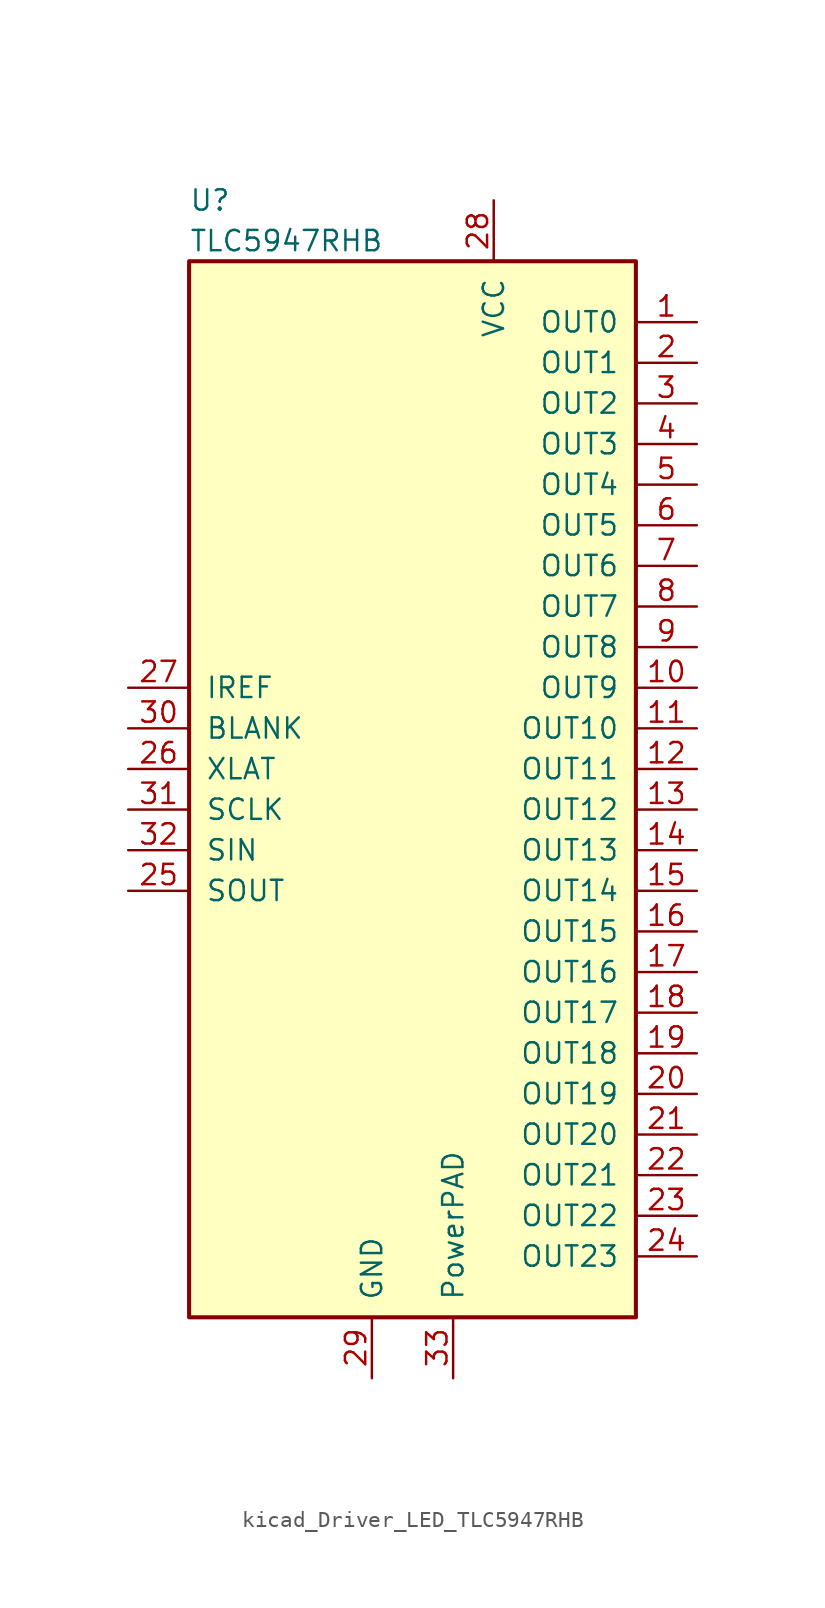
<source format=kicad_sym>
(kicad_symbol_lib
  (version 20220914)
  (generator kicad_symbol_editor)
  (symbol "kicad_Driver_LED_TLC5947RHB"
    (pin_names
      (offset 1.016))
    (property "Reference" "U"
      (at -13.97 38.1 0)
      (effects (font (size 1.27 1.27)) (justify left)))
    (property "Value" "TLC5947RHB"
      (at -13.97 35.56 0)
      (effects (font (size 1.27 1.27)) (justify left)))
    (symbol "kicad_Driver_LED_TLC5947RHB_0_1"
      (rectangle (start -13.97 34.29) (end 13.97 -31.75) (stroke (width 0.254) (type default)) (fill (type background)))
      (pin output line (at 17.78 30.48 180) (length 3.81) (name "OUT0" (effects (font (size 1.27 1.27)))) (number "1" (effects (font (size 1.27 1.27)))))
      (pin output line (at 17.78 7.62 180) (length 3.81) (name "OUT9" (effects (font (size 1.27 1.27)))) (number "10" (effects (font (size 1.27 1.27)))))
      (pin output line (at 17.78 5.08 180) (length 3.81) (name "OUT10" (effects (font (size 1.27 1.27)))) (number "11" (effects (font (size 1.27 1.27)))))
      (pin output line (at 17.78 2.54 180) (length 3.81) (name "OUT11" (effects (font (size 1.27 1.27)))) (number "12" (effects (font (size 1.27 1.27)))))
      (pin output line (at 17.78 0 180) (length 3.81) (name "OUT12" (effects (font (size 1.27 1.27)))) (number "13" (effects (font (size 1.27 1.27)))))
      (pin output line (at 17.78 -2.54 180) (length 3.81) (name "OUT13" (effects (font (size 1.27 1.27)))) (number "14" (effects (font (size 1.27 1.27)))))
      (pin output line (at 17.78 -5.08 180) (length 3.81) (name "OUT14" (effects (font (size 1.27 1.27)))) (number "15" (effects (font (size 1.27 1.27)))))
      (pin output line (at 17.78 -7.62 180) (length 3.81) (name "OUT15" (effects (font (size 1.27 1.27)))) (number "16" (effects (font (size 1.27 1.27)))))
      (pin output line (at 17.78 -10.16 180) (length 3.81) (name "OUT16" (effects (font (size 1.27 1.27)))) (number "17" (effects (font (size 1.27 1.27)))))
      (pin output line (at 17.78 -12.7 180) (length 3.81) (name "OUT17" (effects (font (size 1.27 1.27)))) (number "18" (effects (font (size 1.27 1.27)))))
      (pin output line (at 17.78 -15.24 180) (length 3.81) (name "OUT18" (effects (font (size 1.27 1.27)))) (number "19" (effects (font (size 1.27 1.27)))))
      (pin output line (at 17.78 27.94 180) (length 3.81) (name "OUT1" (effects (font (size 1.27 1.27)))) (number "2" (effects (font (size 1.27 1.27)))))
      (pin output line (at 17.78 -17.78 180) (length 3.81) (name "OUT19" (effects (font (size 1.27 1.27)))) (number "20" (effects (font (size 1.27 1.27)))))
      (pin output line (at 17.78 -20.32 180) (length 3.81) (name "OUT20" (effects (font (size 1.27 1.27)))) (number "21" (effects (font (size 1.27 1.27)))))
      (pin output line (at 17.78 -22.86 180) (length 3.81) (name "OUT21" (effects (font (size 1.27 1.27)))) (number "22" (effects (font (size 1.27 1.27)))))
      (pin output line (at 17.78 -25.4 180) (length 3.81) (name "OUT22" (effects (font (size 1.27 1.27)))) (number "23" (effects (font (size 1.27 1.27)))))
      (pin output line (at 17.78 -27.94 180) (length 3.81) (name "OUT23" (effects (font (size 1.27 1.27)))) (number "24" (effects (font (size 1.27 1.27)))))
      (pin output line (at -17.78 -5.08 0) (length 3.81) (name "SOUT" (effects (font (size 1.27 1.27)))) (number "25" (effects (font (size 1.27 1.27)))))
      (pin input line (at -17.78 2.54 0) (length 3.81) (name "XLAT" (effects (font (size 1.27 1.27)))) (number "26" (effects (font (size 1.27 1.27)))))
      (pin input line (at -17.78 7.62 0) (length 3.81) (name "IREF" (effects (font (size 1.27 1.27)))) (number "27" (effects (font (size 1.27 1.27)))))
      (pin power_in line (at 5.08 38.1 270) (length 3.81) (name "VCC" (effects (font (size 1.27 1.27)))) (number "28" (effects (font (size 1.27 1.27)))))
      (pin power_in line (at -2.54 -35.56 90) (length 3.81) (name "GND" (effects (font (size 1.27 1.27)))) (number "29" (effects (font (size 1.27 1.27)))))
      (pin output line (at 17.78 25.4 180) (length 3.81) (name "OUT2" (effects (font (size 1.27 1.27)))) (number "3" (effects (font (size 1.27 1.27)))))
      (pin input line (at -17.78 5.08 0) (length 3.81) (name "BLANK" (effects (font (size 1.27 1.27)))) (number "30" (effects (font (size 1.27 1.27)))))
      (pin input line (at -17.78 0 0) (length 3.81) (name "SCLK" (effects (font (size 1.27 1.27)))) (number "31" (effects (font (size 1.27 1.27)))))
      (pin input line (at -17.78 -2.54 0) (length 3.81) (name "SIN" (effects (font (size 1.27 1.27)))) (number "32" (effects (font (size 1.27 1.27)))))
      (pin power_in line (at 2.54 -35.56 90) (length 3.81) (name "PowerPAD" (effects (font (size 1.27 1.27)))) (number "33" (effects (font (size 1.27 1.27)))))
      (pin output line (at 17.78 22.86 180) (length 3.81) (name "OUT3" (effects (font (size 1.27 1.27)))) (number "4" (effects (font (size 1.27 1.27)))))
      (pin output line (at 17.78 20.32 180) (length 3.81) (name "OUT4" (effects (font (size 1.27 1.27)))) (number "5" (effects (font (size 1.27 1.27)))))
      (pin output line (at 17.78 17.78 180) (length 3.81) (name "OUT5" (effects (font (size 1.27 1.27)))) (number "6" (effects (font (size 1.27 1.27)))))
      (pin output line (at 17.78 15.24 180) (length 3.81) (name "OUT6" (effects (font (size 1.27 1.27)))) (number "7" (effects (font (size 1.27 1.27)))))
      (pin output line (at 17.78 12.7 180) (length 3.81) (name "OUT7" (effects (font (size 1.27 1.27)))) (number "8" (effects (font (size 1.27 1.27)))))
      (pin output line (at 17.78 10.16 180) (length 3.81) (name "OUT8" (effects (font (size 1.27 1.27)))) (number "9" (effects (font (size 1.27 1.27))))))))
</source>
